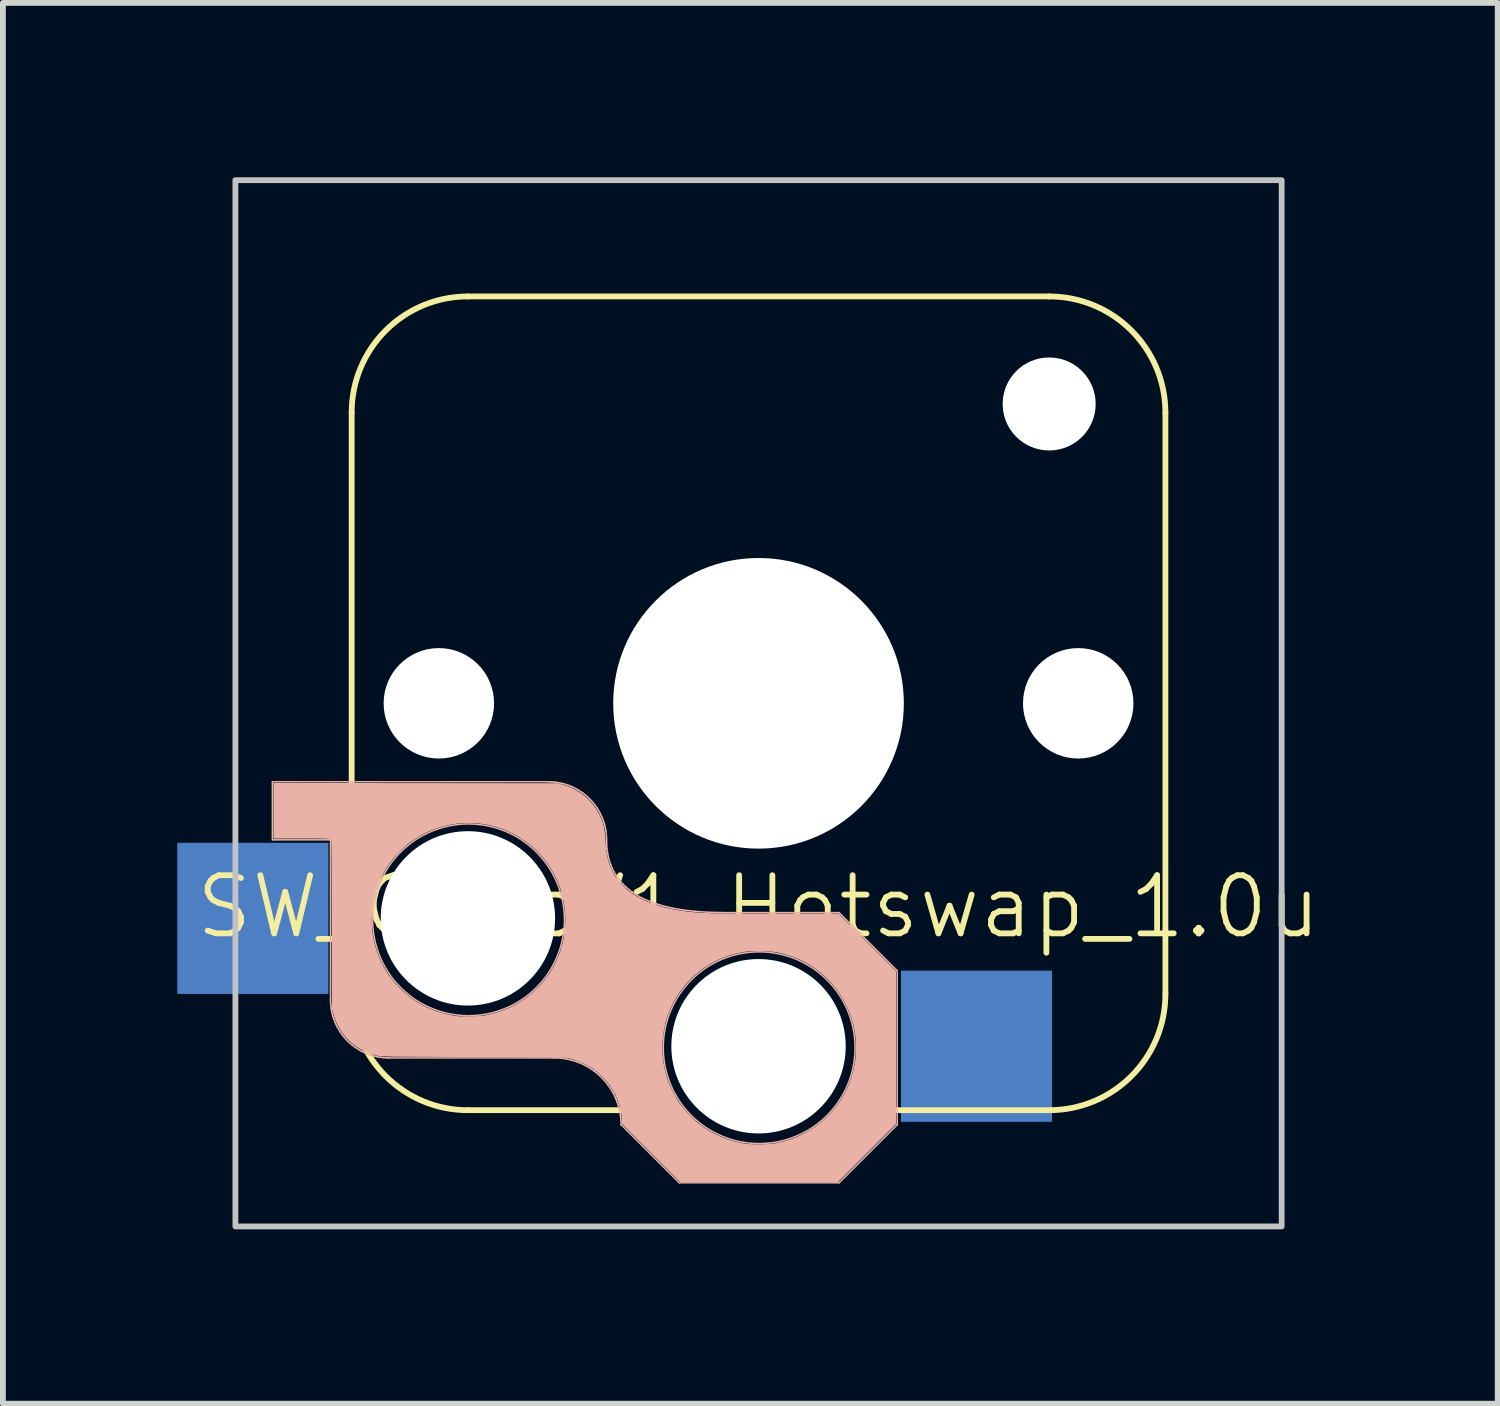
<source format=kicad_pcb>
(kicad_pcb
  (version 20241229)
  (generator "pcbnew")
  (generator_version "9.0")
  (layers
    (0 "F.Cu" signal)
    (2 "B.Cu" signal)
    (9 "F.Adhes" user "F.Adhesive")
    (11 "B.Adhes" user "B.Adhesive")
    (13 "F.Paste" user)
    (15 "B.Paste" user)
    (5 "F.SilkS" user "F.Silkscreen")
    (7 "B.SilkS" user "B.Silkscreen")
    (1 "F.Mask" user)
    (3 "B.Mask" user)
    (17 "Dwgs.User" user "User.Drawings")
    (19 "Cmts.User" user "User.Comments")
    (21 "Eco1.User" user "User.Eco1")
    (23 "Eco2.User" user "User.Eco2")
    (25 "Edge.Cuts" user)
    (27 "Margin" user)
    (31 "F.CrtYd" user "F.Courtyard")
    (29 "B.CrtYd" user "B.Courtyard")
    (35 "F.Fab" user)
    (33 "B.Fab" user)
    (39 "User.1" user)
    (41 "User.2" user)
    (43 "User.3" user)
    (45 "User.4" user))
  (footprint "SW_ChocV1_Hotswap_1.0u"
    (layer "F.Cu")
    (at 10 9.05)
    (property "Reference" "SW_ChocV1_Hotswap_1.0u" (at 0 3.5 0) (unlocked yes) (layer "F.SilkS") (effects (font (size 1 1) (thickness 0.1))))
    (attr through_hole)
    (fp_line (start -7 -5) (end -7 5) (stroke (width 0.1) (type default)) (layer "F.SilkS"))
    (fp_line (start -5 -7) (end 5 -7) (stroke (width 0.1) (type default)) (layer "F.SilkS"))
    (fp_line (start -5 7) (end -1.5 7) (stroke (width 0.1) (type default)) (layer "F.SilkS"))
    (fp_line (start 1.5 7) (end 5 7) (stroke (width 0.1) (type default)) (layer "F.SilkS"))
    (fp_line (start 7 -5) (end 7 5) (stroke (width 0.1) (type default)) (layer "F.SilkS"))
    (fp_arc (start -7 -5) (mid -6.414214 -6.414214) (end -5 -7) (stroke (width 0.1) (type default)) (layer "F.SilkS"))
    (fp_arc (start -5 7) (mid -6.414214 6.414214) (end -7 5) (stroke (width 0.1) (type default)) (layer "F.SilkS"))
    (fp_arc (start 5 -7) (mid 6.414214 -6.414214) (end 7 -5) (stroke (width 0.1) (type default)) (layer "F.SilkS"))
    (fp_arc (start 7 5) (mid 6.414214 6.414214) (end 5 7) (stroke (width 0.1) (type default)) (layer "F.SilkS"))
    (fp_line (start -8.364 1.349) (end -7.364 1.349) (stroke (width 0.026) (type solid)) (layer "B.SilkS"))
    (fp_line (start -8.364 2.349) (end -8.364 1.349) (stroke (width 0.026) (type solid)) (layer "B.SilkS"))
    (fp_line (start -7.364 1.349) (end -3.614 1.349) (stroke (width 0.026) (type solid)) (layer "B.SilkS"))
    (fp_line (start -7.364 2.349) (end -8.364 2.349) (stroke (width 0.026) (type solid)) (layer "B.SilkS"))
    (fp_line (start -7.364 5.1) (end -7.364 2.349) (stroke (width 0.026) (type solid)) (layer "B.SilkS"))
    (fp_line (start -7.364 5.1) (end -7.363 5.149) (stroke (width 0.026) (type solid)) (layer "B.SilkS"))
    (fp_line (start -7.363 5.149) (end -7.359 5.199) (stroke (width 0.026) (type solid)) (layer "B.SilkS"))
    (fp_line (start -7.359 5.199) (end -7.353 5.247) (stroke (width 0.026) (type solid)) (layer "B.SilkS"))
    (fp_line (start -7.353 5.247) (end -7.345 5.296) (stroke (width 0.026) (type solid)) (layer "B.SilkS"))
    (fp_line (start -7.345 5.296) (end -7.334 5.344) (stroke (width 0.026) (type solid)) (layer "B.SilkS"))
    (fp_line (start -7.334 5.344) (end -7.321 5.391) (stroke (width 0.026) (type solid)) (layer "B.SilkS"))
    (fp_line (start -7.321 5.391) (end -7.306 5.437) (stroke (width 0.026) (type solid)) (layer "B.SilkS"))
    (fp_line (start -7.306 5.437) (end -7.288 5.483) (stroke (width 0.026) (type solid)) (layer "B.SilkS"))
    (fp_line (start -7.288 5.483) (end -7.268 5.527) (stroke (width 0.026) (type solid)) (layer "B.SilkS"))
    (fp_line (start -7.268 5.527) (end -7.247 5.571) (stroke (width 0.026) (type solid)) (layer "B.SilkS"))
    (fp_line (start -7.247 5.571) (end -7.222 5.613) (stroke (width 0.026) (type solid)) (layer "B.SilkS"))
    (fp_line (start -7.222 5.613) (end -7.196 5.655) (stroke (width 0.026) (type solid)) (layer "B.SilkS"))
    (fp_line (start -7.196 5.655) (end -7.168 5.695) (stroke (width 0.026) (type solid)) (layer "B.SilkS"))
    (fp_line (start -7.168 5.695) (end -7.138 5.734) (stroke (width 0.026) (type solid)) (layer "B.SilkS"))
    (fp_line (start -7.138 5.734) (end -7.106 5.771) (stroke (width 0.026) (type solid)) (layer "B.SilkS"))
    (fp_line (start -7.106 5.771) (end -7.071 5.807) (stroke (width 0.026) (type solid)) (layer "B.SilkS"))
    (fp_line (start -7.071 5.807) (end -7.036 5.841) (stroke (width 0.026) (type solid)) (layer "B.SilkS"))
    (fp_line (start -7.036 5.841) (end -6.998 5.873) (stroke (width 0.026) (type solid)) (layer "B.SilkS"))
    (fp_line (start -6.998 5.873) (end -6.959 5.904) (stroke (width 0.026) (type solid)) (layer "B.SilkS"))
    (fp_line (start -6.959 5.904) (end -6.919 5.932) (stroke (width 0.026) (type solid)) (layer "B.SilkS"))
    (fp_line (start -6.919 5.932) (end -6.878 5.958) (stroke (width 0.026) (type solid)) (layer "B.SilkS"))
    (fp_line (start -6.878 5.958) (end -6.835 5.982) (stroke (width 0.026) (type solid)) (layer "B.SilkS"))
    (fp_line (start -6.835 5.982) (end -6.792 6.004) (stroke (width 0.026) (type solid)) (layer "B.SilkS"))
    (fp_line (start -6.792 6.004) (end -6.747 6.024) (stroke (width 0.026) (type solid)) (layer "B.SilkS"))
    (fp_line (start -6.747 6.024) (end -6.702 6.041) (stroke (width 0.026) (type solid)) (layer "B.SilkS"))
    (fp_line (start -6.702 6.041) (end -6.655 6.057) (stroke (width 0.026) (type solid)) (layer "B.SilkS"))
    (fp_line (start -6.655 6.057) (end -6.608 6.07) (stroke (width 0.026) (type solid)) (layer "B.SilkS"))
    (fp_line (start -6.608 6.07) (end -6.56 6.08) (stroke (width 0.026) (type solid)) (layer "B.SilkS"))
    (fp_line (start -6.56 6.08) (end -6.512 6.089) (stroke (width 0.026) (type solid)) (layer "B.SilkS"))
    (fp_line (start -6.512 6.089) (end -6.463 6.095) (stroke (width 0.026) (type solid)) (layer "B.SilkS"))
    (fp_line (start -6.463 6.095) (end -6.414 6.099) (stroke (width 0.026) (type solid)) (layer "B.SilkS"))
    (fp_line (start -6.414 6.099) (end -6.364 6.1) (stroke (width 0.026) (type solid)) (layer "B.SilkS"))
    (fp_line (start -6.364 6.1) (end -6.364 6.101) (stroke (width 0.026) (type default)) (layer "B.SilkS"))
    (fp_line (start -3.614 1.35) (end -3.614 1.349) (stroke (width 0.026) (type default)) (layer "B.SilkS"))
    (fp_line (start -3.565 1.351) (end -3.614 1.35) (stroke (width 0.026) (type solid)) (layer "B.SilkS"))
    (fp_line (start -3.516 1.355) (end -3.565 1.351) (stroke (width 0.026) (type solid)) (layer "B.SilkS"))
    (fp_line (start -3.514 6.101) (end -6.364 6.101) (stroke (width 0.026) (type solid)) (layer "B.SilkS"))
    (fp_line (start -3.514 6.101) (end -3.514 6.1) (stroke (width 0.026) (type default)) (layer "B.SilkS"))
    (fp_line (start -3.467 1.361) (end -3.516 1.355) (stroke (width 0.026) (type solid)) (layer "B.SilkS"))
    (fp_line (start -3.457 6.101) (end -3.514 6.1) (stroke (width 0.026) (type solid)) (layer "B.SilkS"))
    (fp_line (start -3.418 1.369) (end -3.467 1.361) (stroke (width 0.026) (type solid)) (layer "B.SilkS"))
    (fp_line (start -3.401 6.105) (end -3.457 6.101) (stroke (width 0.026) (type solid)) (layer "B.SilkS"))
    (fp_line (start -3.371 1.38) (end -3.418 1.369) (stroke (width 0.026) (type solid)) (layer "B.SilkS"))
    (fp_line (start -3.345 6.112) (end -3.401 6.105) (stroke (width 0.026) (type solid)) (layer "B.SilkS"))
    (fp_line (start -3.324 1.393) (end -3.371 1.38) (stroke (width 0.026) (type solid)) (layer "B.SilkS"))
    (fp_line (start -3.289 6.122) (end -3.345 6.112) (stroke (width 0.026) (type solid)) (layer "B.SilkS"))
    (fp_line (start -3.277 1.408) (end -3.324 1.393) (stroke (width 0.026) (type solid)) (layer "B.SilkS"))
    (fp_line (start -3.234 6.135) (end -3.289 6.122) (stroke (width 0.026) (type solid)) (layer "B.SilkS"))
    (fp_line (start -3.232 1.426) (end -3.277 1.408) (stroke (width 0.026) (type solid)) (layer "B.SilkS"))
    (fp_line (start -3.187 1.446) (end -3.232 1.426) (stroke (width 0.026) (type solid)) (layer "B.SilkS"))
    (fp_line (start -3.18 6.15) (end -3.234 6.135) (stroke (width 0.026) (type solid)) (layer "B.SilkS"))
    (fp_line (start -3.143 1.468) (end -3.187 1.446) (stroke (width 0.026) (type solid)) (layer "B.SilkS"))
    (fp_line (start -3.127 6.167) (end -3.18 6.15) (stroke (width 0.026) (type solid)) (layer "B.SilkS"))
    (fp_line (start -3.101 1.492) (end -3.143 1.468) (stroke (width 0.026) (type solid)) (layer "B.SilkS"))
    (fp_line (start -3.074 6.187) (end -3.127 6.167) (stroke (width 0.026) (type solid)) (layer "B.SilkS"))
    (fp_line (start -3.06 1.518) (end -3.101 1.492) (stroke (width 0.026) (type solid)) (layer "B.SilkS"))
    (fp_line (start -3.023 6.21) (end -3.074 6.187) (stroke (width 0.026) (type solid)) (layer "B.SilkS"))
    (fp_line (start -3.019 1.546) (end -3.06 1.518) (stroke (width 0.026) (type solid)) (layer "B.SilkS"))
    (fp_line (start -2.981 1.576) (end -3.019 1.546) (stroke (width 0.026) (type solid)) (layer "B.SilkS"))
    (fp_line (start -2.973 6.235) (end -3.023 6.21) (stroke (width 0.026) (type solid)) (layer "B.SilkS"))
    (fp_line (start -2.943 1.609) (end -2.981 1.576) (stroke (width 0.026) (type solid)) (layer "B.SilkS"))
    (fp_line (start -2.924 6.263) (end -2.973 6.235) (stroke (width 0.026) (type solid)) (layer "B.SilkS"))
    (fp_line (start -2.907 1.643) (end -2.943 1.609) (stroke (width 0.026) (type solid)) (layer "B.SilkS"))
    (fp_line (start -2.876 6.293) (end -2.924 6.263) (stroke (width 0.026) (type solid)) (layer "B.SilkS"))
    (fp_line (start -2.873 1.679) (end -2.907 1.643) (stroke (width 0.026) (type solid)) (layer "B.SilkS"))
    (fp_line (start -2.841 1.716) (end -2.873 1.679) (stroke (width 0.026) (type solid)) (layer "B.SilkS"))
    (fp_line (start -2.83 6.325) (end -2.876 6.293) (stroke (width 0.026) (type solid)) (layer "B.SilkS"))
    (fp_line (start -2.811 1.755) (end -2.841 1.716) (stroke (width 0.026) (type solid)) (layer "B.SilkS"))
    (fp_line (start -2.786 6.36) (end -2.83 6.325) (stroke (width 0.026) (type solid)) (layer "B.SilkS"))
    (fp_line (start -2.782 1.795) (end -2.811 1.755) (stroke (width 0.026) (type solid)) (layer "B.SilkS"))
    (fp_line (start -2.756 1.836) (end -2.782 1.795) (stroke (width 0.026) (type solid)) (layer "B.SilkS"))
    (fp_line (start -2.743 6.397) (end -2.786 6.36) (stroke (width 0.026) (type solid)) (layer "B.SilkS"))
    (fp_line (start -2.732 1.879) (end -2.756 1.836) (stroke (width 0.026) (type solid)) (layer "B.SilkS"))
    (fp_line (start -2.71 1.923) (end -2.732 1.879) (stroke (width 0.026) (type solid)) (layer "B.SilkS"))
    (fp_line (start -2.701 6.437) (end -2.743 6.397) (stroke (width 0.026) (type solid)) (layer "B.SilkS"))
    (fp_line (start -2.69 1.967) (end -2.71 1.923) (stroke (width 0.026) (type solid)) (layer "B.SilkS"))
    (fp_line (start -2.673 2.013) (end -2.69 1.967) (stroke (width 0.026) (type solid)) (layer "B.SilkS"))
    (fp_line (start -2.662 6.478) (end -2.701 6.437) (stroke (width 0.026) (type solid)) (layer "B.SilkS"))
    (fp_line (start -2.658 2.059) (end -2.673 2.013) (stroke (width 0.026) (type solid)) (layer "B.SilkS"))
    (fp_line (start -2.644 2.106) (end -2.658 2.059) (stroke (width 0.026) (type solid)) (layer "B.SilkS"))
    (fp_line (start -2.634 2.154) (end -2.644 2.106) (stroke (width 0.026) (type solid)) (layer "B.SilkS"))
    (fp_line (start -2.625 2.202) (end -2.634 2.154) (stroke (width 0.026) (type solid)) (layer "B.SilkS"))
    (fp_line (start -2.625 6.521) (end -2.662 6.478) (stroke (width 0.026) (type solid)) (layer "B.SilkS"))
    (fp_line (start -2.619 2.251) (end -2.625 2.202) (stroke (width 0.026) (type solid)) (layer "B.SilkS"))
    (fp_line (start -2.616 2.3) (end -2.619 2.251) (stroke (width 0.026) (type solid)) (layer "B.SilkS"))
    (fp_line (start -2.614 2.35) (end -2.616 2.3) (stroke (width 0.026) (type solid)) (layer "B.SilkS"))
    (fp_line (start -2.612 2.427) (end -2.614 2.35) (stroke (width 0.026) (type solid)) (layer "B.SilkS"))
    (fp_line (start -2.607 2.501) (end -2.612 2.427) (stroke (width 0.026) (type solid)) (layer "B.SilkS"))
    (fp_line (start -2.597 2.573) (end -2.607 2.501) (stroke (width 0.026) (type solid)) (layer "B.SilkS"))
    (fp_line (start -2.59 6.566) (end -2.625 6.521) (stroke (width 0.026) (type solid)) (layer "B.SilkS"))
    (fp_line (start -2.583 2.643) (end -2.597 2.573) (stroke (width 0.026) (type solid)) (layer "B.SilkS"))
    (fp_line (start -2.566 2.71) (end -2.583 2.643) (stroke (width 0.026) (type solid)) (layer "B.SilkS"))
    (fp_line (start -2.558 6.612) (end -2.59 6.566) (stroke (width 0.026) (type solid)) (layer "B.SilkS"))
    (fp_line (start -2.544 2.775) (end -2.566 2.71) (stroke (width 0.026) (type solid)) (layer "B.SilkS"))
    (fp_line (start -2.527 6.659) (end -2.558 6.612) (stroke (width 0.026) (type solid)) (layer "B.SilkS"))
    (fp_line (start -2.519 2.837) (end -2.544 2.775) (stroke (width 0.026) (type solid)) (layer "B.SilkS"))
    (fp_line (start -2.5 6.708) (end -2.527 6.659) (stroke (width 0.026) (type solid)) (layer "B.SilkS"))
    (fp_line (start -2.489 2.897) (end -2.519 2.837) (stroke (width 0.026) (type solid)) (layer "B.SilkS"))
    (fp_line (start -2.475 6.758) (end -2.5 6.708) (stroke (width 0.026) (type solid)) (layer "B.SilkS"))
    (fp_line (start -2.456 2.954) (end -2.489 2.897) (stroke (width 0.026) (type solid)) (layer "B.SilkS"))
    (fp_line (start -2.452 6.81) (end -2.475 6.758) (stroke (width 0.026) (type solid)) (layer "B.SilkS"))
    (fp_line (start -2.432 6.862) (end -2.452 6.81) (stroke (width 0.026) (type solid)) (layer "B.SilkS"))
    (fp_line (start -2.419 3.009) (end -2.456 2.954) (stroke (width 0.026) (type solid)) (layer "B.SilkS"))
    (fp_line (start -2.414 6.915) (end -2.432 6.862) (stroke (width 0.026) (type solid)) (layer "B.SilkS"))
    (fp_line (start -2.399 6.97) (end -2.414 6.915) (stroke (width 0.026) (type solid)) (layer "B.SilkS"))
    (fp_line (start -2.387 7.024) (end -2.399 6.97) (stroke (width 0.026) (type solid)) (layer "B.SilkS"))
    (fp_line (start -2.378 3.061) (end -2.419 3.009) (stroke (width 0.026) (type solid)) (layer "B.SilkS"))
    (fp_line (start -2.377 7.08) (end -2.387 7.024) (stroke (width 0.026) (type solid)) (layer "B.SilkS"))
    (fp_line (start -2.37 7.136) (end -2.377 7.08) (stroke (width 0.026) (type solid)) (layer "B.SilkS"))
    (fp_line (start -2.366 7.193) (end -2.37 7.136) (stroke (width 0.026) (type solid)) (layer "B.SilkS"))
    (fp_line (start -2.364 7.25) (end -2.366 7.193) (stroke (width 0.026) (type solid)) (layer "B.SilkS"))
    (fp_line (start -2.364 7.25) (end -2.364 7.249) (stroke (width 0.026) (type default)) (layer "B.SilkS"))
    (fp_line (start -2.333 3.112) (end -2.378 3.061) (stroke (width 0.026) (type solid)) (layer "B.SilkS"))
    (fp_line (start -2.284 3.159) (end -2.333 3.112) (stroke (width 0.026) (type solid)) (layer "B.SilkS"))
    (fp_line (start -2.232 3.204) (end -2.284 3.159) (stroke (width 0.026) (type solid)) (layer "B.SilkS"))
    (fp_line (start -2.175 3.247) (end -2.232 3.204) (stroke (width 0.026) (type solid)) (layer "B.SilkS"))
    (fp_line (start -2.114 3.287) (end -2.175 3.247) (stroke (width 0.026) (type solid)) (layer "B.SilkS"))
    (fp_line (start -2.05 3.325) (end -2.114 3.287) (stroke (width 0.026) (type solid)) (layer "B.SilkS"))
    (fp_line (start -1.982 3.361) (end -2.05 3.325) (stroke (width 0.026) (type solid)) (layer "B.SilkS"))
    (fp_line (start -1.833 3.424) (end -1.982 3.361) (stroke (width 0.026) (type solid)) (layer "B.SilkS"))
    (fp_line (start -1.669 3.478) (end -1.833 3.424) (stroke (width 0.026) (type solid)) (layer "B.SilkS"))
    (fp_line (start -1.489 3.522) (end -1.669 3.478) (stroke (width 0.026) (type solid)) (layer "B.SilkS"))
    (fp_line (start -1.364 8.249) (end -2.364 7.249) (stroke (width 0.026) (type solid)) (layer "B.SilkS"))
    (fp_line (start -1.294 3.556) (end -1.489 3.522) (stroke (width 0.026) (type solid)) (layer "B.SilkS"))
    (fp_line (start -1.083 3.58) (end -1.294 3.556) (stroke (width 0.026) (type solid)) (layer "B.SilkS"))
    (fp_line (start -0.857 3.595) (end -1.083 3.58) (stroke (width 0.026) (type solid)) (layer "B.SilkS"))
    (fp_line (start -0.614 3.601) (end -0.614 3.6) (stroke (width 0.026) (type default)) (layer "B.SilkS"))
    (fp_line (start -0.614 3.601) (end 1.386 3.601) (stroke (width 0.026) (type solid)) (layer "B.SilkS"))
    (fp_line (start -0.614 3.6) (end -0.857 3.595) (stroke (width 0.026) (type solid)) (layer "B.SilkS"))
    (fp_line (start 1.386 8.249) (end -1.364 8.249) (stroke (width 0.026) (type solid)) (layer "B.SilkS"))
    (fp_line (start 2.386 4.601) (end 1.386 3.601) (stroke (width 0.026) (type solid)) (layer "B.SilkS"))
    (fp_line (start 2.386 4.601) (end 2.386 7.249) (stroke (width 0.026) (type solid)) (layer "B.SilkS"))
    (fp_line (start 2.386 7.249) (end 1.386 8.249) (stroke (width 0.026) (type solid)) (layer "B.SilkS"))
    (fp_poly (pts (xy -4.883 2.078) (xy -4.776 2.089) (xy -4.67 2.106) (xy -4.566 2.13) (xy -4.462 2.161) (xy -4.361 2.199) (xy -4.261 2.244) (xy -4.164 2.296) (xy -4.071 2.354) (xy -3.982 2.418) (xy -3.899 2.487) (xy -3.82 2.561) (xy -3.747 2.639) (xy -3.679 2.722) (xy -3.617 2.809) (xy -3.56 2.9) (xy -3.51 2.994) (xy -3.466 3.091) (xy -3.428 3.192) (xy -3.396 3.294) (xy -3.372 3.399) (xy -3.354 3.506) (xy -3.343 3.615) (xy -3.339 3.725) (xy -3.34 3.78) (xy -3.343 3.835) (xy -3.348 3.889) (xy -3.354 3.943) (xy -3.362 3.997) (xy -3.372 4.05) (xy -3.383 4.103) (xy -3.396 4.155) (xy -3.411 4.207) (xy -3.428 4.258) (xy -3.446 4.309) (xy -3.466 4.358) (xy -3.487 4.407) (xy -3.51 4.456) (xy -3.534 4.503) (xy -3.56 4.55) (xy -3.588 4.596) (xy -3.617 4.641) (xy -3.647 4.685) (xy -3.679 4.728) (xy -3.712 4.77) (xy -3.747 4.811) (xy -3.783 4.85) (xy -3.82 4.889) (xy -3.859 4.927) (xy -3.899 4.963) (xy -3.94 4.998) (xy -3.982 5.032) (xy -4.026 5.064) (xy -4.071 5.096) (xy -4.117 5.125) (xy -4.164 5.154) (xy -4.261 5.206) (xy -4.361 5.25) (xy -4.462 5.288) (xy -4.566 5.32) (xy -4.67 5.344) (xy -4.776 5.361) (xy -4.883 5.371) (xy -4.989 5.375) (xy -5.096 5.371) (xy -5.203 5.361) (xy -5.308 5.344) (xy -5.413 5.32) (xy -5.516 5.288) (xy -5.618 5.25) (xy -5.717 5.206) (xy -5.814 5.154) (xy -5.908 5.096) (xy -5.996 5.032) (xy -6.08 4.963) (xy -6.159 4.889) (xy -6.232 4.811) (xy -6.3 4.728) (xy -6.362 4.641) (xy -6.418 4.55) (xy -6.469 4.456) (xy -6.513 4.358) (xy -6.551 4.258) (xy -6.582 4.155) (xy -6.607 4.05) (xy -6.625 3.943) (xy -6.636 3.835) (xy -6.639 3.725) (xy -6.638 3.67) (xy -6.636 3.615) (xy -6.631 3.56) (xy -6.625 3.506) (xy -6.617 3.453) (xy -6.607 3.399) (xy -6.595 3.347) (xy -6.582 3.294) (xy -6.567 3.243) (xy -6.551 3.192) (xy -6.533 3.141) (xy -6.513 3.091) (xy -6.492 3.042) (xy -6.469 2.994) (xy -6.444 2.947) (xy -6.418 2.9) (xy -6.391 2.854) (xy -6.362 2.809) (xy -6.332 2.765) (xy -6.3 2.722) (xy -6.267 2.68) (xy -6.232 2.639) (xy -6.196 2.599) (xy -6.159 2.561) (xy -6.12 2.523) (xy -6.08 2.487) (xy -6.039 2.452) (xy -5.996 2.418) (xy -5.953 2.385) (xy -5.908 2.354) (xy -5.862 2.324) (xy -5.814 2.296) (xy -5.717 2.244) (xy -5.618 2.199) (xy -5.516 2.161) (xy -5.413 2.13) (xy -5.308 2.106) (xy -5.203 2.089) (xy -5.096 2.078) (xy -4.989 2.075)) (stroke (width 0.026) (type solid)) (fill no) (layer "B.SilkS"))
    (fp_poly (pts (xy 0.096 4.278) (xy 0.179 4.284) (xy 0.262 4.295) (xy 0.343 4.309) (xy 0.423 4.328) (xy 0.501 4.35) (xy 0.578 4.376) (xy 0.653 4.405) (xy 0.726 4.438) (xy 0.797 4.475) (xy 0.866 4.515) (xy 0.933 4.557) (xy 0.998 4.603) (xy 1.06 4.652) (xy 1.12 4.704) (xy 1.177 4.759) (xy 1.232 4.816) (xy 1.284 4.876) (xy 1.333 4.938) (xy 1.379 5.003) (xy 1.422 5.07) (xy 1.461 5.139) (xy 1.498 5.21) (xy 1.531 5.283) (xy 1.56 5.358) (xy 1.586 5.434) (xy 1.609 5.513) (xy 1.627 5.592) (xy 1.642 5.674) (xy 1.652 5.756) (xy 1.658 5.84) (xy 1.661 5.925) (xy 1.661 5.925) (xy 1.66 5.98) (xy 1.657 6.035) (xy 1.652 6.089) (xy 1.646 6.143) (xy 1.638 6.197) (xy 1.628 6.25) (xy 1.617 6.303) (xy 1.604 6.355) (xy 1.589 6.407) (xy 1.572 6.458) (xy 1.554 6.509) (xy 1.534 6.558) (xy 1.513 6.607) (xy 1.49 6.656) (xy 1.466 6.703) (xy 1.44 6.75) (xy 1.412 6.796) (xy 1.383 6.841) (xy 1.353 6.885) (xy 1.321 6.928) (xy 1.288 6.97) (xy 1.253 7.01) (xy 1.217 7.05) (xy 1.18 7.089) (xy 1.141 7.127) (xy 1.101 7.163) (xy 1.06 7.198) (xy 1.018 7.232) (xy 0.974 7.264) (xy 0.929 7.296) (xy 0.883 7.325) (xy 0.836 7.354) (xy 0.739 7.406) (xy 0.639 7.45) (xy 0.538 7.488) (xy 0.434 7.52) (xy 0.33 7.544) (xy 0.224 7.561) (xy 0.117 7.571) (xy 0.011 7.575) (xy -0.096 7.571) (xy -0.203 7.561) (xy -0.308 7.544) (xy -0.413 7.52) (xy -0.516 7.488) (xy -0.618 7.45) (xy -0.717 7.406) (xy -0.814 7.354) (xy -0.908 7.296) (xy -0.996 7.232) (xy -1.08 7.163) (xy -1.159 7.089) (xy -1.232 7.01) (xy -1.3 6.928) (xy -1.362 6.841) (xy -1.418 6.75) (xy -1.469 6.656) (xy -1.513 6.558) (xy -1.551 6.458) (xy -1.582 6.355) (xy -1.607 6.25) (xy -1.625 6.143) (xy -1.636 6.035) (xy -1.639 5.925) (xy -1.637 5.84) (xy -1.631 5.756) (xy -1.62 5.674) (xy -1.606 5.592) (xy -1.587 5.513) (xy -1.565 5.434) (xy -1.539 5.358) (xy -1.509 5.283) (xy -1.476 5.21) (xy -1.44 5.139) (xy -1.4 5.07) (xy -1.357 5.003) (xy -1.311 4.938) (xy -1.262 4.876) (xy -1.21 4.816) (xy -1.156 4.759) (xy -1.098 4.704) (xy -1.039 4.652) (xy -0.976 4.603) (xy -0.912 4.557) (xy -0.845 4.514) (xy -0.776 4.475) (xy -0.704 4.438) (xy -0.631 4.405) (xy -0.556 4.376) (xy -0.48 4.35) (xy -0.402 4.328) (xy -0.322 4.309) (xy -0.24 4.295) (xy -0.158 4.284) (xy -0.074 4.278) (xy 0.011 4.276)) (stroke (width 0.026) (type solid)) (fill no) (layer "B.SilkS"))
    (fp_poly (pts (xy -5.9 1.372) (xy -3.455 1.375) (xy -3.369 1.399) (xy -3.305 1.419) (xy -3.244 1.442) (xy -3.184 1.47) (xy -3.127 1.501) (xy -3.072 1.535) (xy -3.02 1.572) (xy -2.97 1.613) (xy -2.923 1.657) (xy -2.879 1.703) (xy -2.839 1.753) (xy -2.801 1.804) (xy -2.767 1.858) (xy -2.736 1.915) (xy -2.709 1.974) (xy -2.686 2.034) (xy -2.667 2.097) (xy -2.661 2.121) (xy -2.656 2.146) (xy -2.651 2.173) (xy -2.647 2.203) (xy -2.643 2.237) (xy -2.639 2.275) (xy -2.635 2.319) (xy -2.632 2.369) (xy -2.625 2.458) (xy -2.617 2.536) (xy -2.612 2.571) (xy -2.607 2.604) (xy -2.602 2.635) (xy -2.595 2.665) (xy -2.589 2.693) (xy -2.581 2.72) (xy -2.573 2.747) (xy -2.563 2.773) (xy -2.553 2.799) (xy -2.542 2.825) (xy -2.517 2.879) (xy -2.498 2.915) (xy -2.478 2.95) (xy -2.457 2.984) (xy -2.434 3.017) (xy -2.409 3.049) (xy -2.384 3.081) (xy -2.357 3.111) (xy -2.329 3.14) (xy -2.299 3.169) (xy -2.268 3.197) (xy -2.236 3.224) (xy -2.202 3.249) (xy -2.167 3.274) (xy -2.13 3.299) (xy -2.092 3.322) (xy -2.053 3.344) (xy -2.012 3.366) (xy -1.97 3.386) (xy -1.926 3.406) (xy -1.881 3.424) (xy -1.835 3.442) (xy -1.787 3.459) (xy -1.738 3.475) (xy -1.687 3.491) (xy -1.582 3.519) (xy -1.471 3.543) (xy -1.354 3.564) (xy -1.231 3.581) (xy -1.137 3.592) (xy -1.042 3.601) (xy -0.931 3.607) (xy -0.794 3.611) (xy -0.616 3.614) (xy -0.385 3.616) (xy 0.286 3.617) (xy 1.378 3.617) (xy 1.873 4.112) (xy 2.367 4.606) (xy 2.367 7.237) (xy 1.868 7.736) (xy 1.369 8.235) (xy -1.352 8.235) (xy -1.851 7.736) (xy -2.349 7.237) (xy -2.349 7.187) (xy -2.35 7.158) (xy -2.353 7.127) (xy -2.356 7.095) (xy -2.362 7.061) (xy -2.368 7.027) (xy -2.376 6.992) (xy -2.385 6.957) (xy -2.395 6.921) (xy -2.406 6.885) (xy -2.419 6.85) (xy -2.432 6.815) (xy -2.446 6.78) (xy -2.46 6.747) (xy -2.476 6.715) (xy -2.492 6.685) (xy -2.508 6.656) (xy -2.54 6.605) (xy -2.574 6.557) (xy -2.609 6.511) (xy -2.647 6.467) (xy -2.687 6.426) (xy -2.728 6.386) (xy -2.772 6.349) (xy -2.817 6.313) (xy -2.864 6.28) (xy -2.914 6.25) (xy -2.965 6.221) (xy -3.018 6.195) (xy -3.073 6.17) (xy -3.129 6.149) (xy -3.188 6.129) (xy -3.249 6.111) (xy -3.262 6.108) (xy -3.268 6.106) (xy -3.275 6.105) (xy -3.283 6.104) (xy -3.292 6.102) (xy -3.303 6.101) (xy -3.315 6.1) (xy -3.329 6.099) (xy -3.345 6.098) (xy -3.365 6.097) (xy -3.386 6.096) (xy -3.412 6.096) (xy -3.44 6.095) (xy -3.509 6.094) (xy -3.596 6.093) (xy -3.703 6.092) (xy -3.832 6.091) (xy -3.986 6.09) (xy -4.379 6.088) (xy -4.9 6.087) (xy -6.285 6.08) (xy -6.487 6.073) (xy -6.53 6.069) (xy -6.561 6.063) (xy -6.59 6.055) (xy -6.618 6.048) (xy -6.646 6.039) (xy -6.674 6.03) (xy -6.701 6.021) (xy -6.727 6.01) (xy -6.753 5.999) (xy -6.779 5.988) (xy -6.804 5.975) (xy -6.829 5.962) (xy -6.833 5.96) (xy -1.654 5.96) (xy -1.648 6.081) (xy -1.632 6.203) (xy -1.607 6.324) (xy -1.574 6.444) (xy -1.565 6.469) (xy -1.556 6.496) (xy -1.532 6.553) (xy -1.505 6.614) (xy -1.476 6.675) (xy -1.444 6.736) (xy -1.412 6.794) (xy -1.38 6.846) (xy -1.364 6.87) (xy -1.349 6.892) (xy -1.335 6.911) (xy -1.32 6.931) (xy -1.285 6.973) (xy -1.247 7.017) (xy -1.206 7.062) (xy -1.164 7.105) (xy -1.123 7.146) (xy -1.084 7.183) (xy -1.065 7.199) (xy -1.048 7.214) (xy -1.003 7.25) (xy -0.956 7.283) (xy -0.909 7.316) (xy -0.861 7.346) (xy -0.812 7.375) (xy -0.761 7.403) (xy -0.71 7.428) (xy -0.658 7.452) (xy -0.606 7.474) (xy -0.552 7.494) (xy -0.498 7.512) (xy -0.443 7.529) (xy -0.388 7.544) (xy -0.332 7.556) (xy -0.276 7.567) (xy -0.219 7.576) (xy -0.193 7.58) (xy -0.163 7.582) (xy -0.098 7.586) (xy -0.026 7.588) (xy 0.049 7.587) (xy 0.123 7.584) (xy 0.195 7.579) (xy 0.26 7.573) (xy 0.289 7.569) (xy 0.316 7.564) (xy 0.316 7.564) (xy 0.437 7.537) (xy 0.555 7.501) (xy 0.669 7.457) (xy 0.778 7.405) (xy 0.883 7.345) (xy 0.983 7.278) (xy 1.078 7.204) (xy 1.168 7.124) (xy 1.251 7.038) (xy 1.328 6.946) (xy 1.398 6.849) (xy 1.462 6.746) (xy 1.517 6.639) (xy 1.565 6.527) (xy 1.605 6.411) (xy 1.637 6.292) (xy 1.653 6.207) (xy 1.666 6.122) (xy 1.674 6.037) (xy 1.677 5.953) (xy 1.677 5.868) (xy 1.672 5.784) (xy 1.663 5.701) (xy 1.649 5.618) (xy 1.632 5.536) (xy 1.61 5.455) (xy 1.584 5.375) (xy 1.554 5.296) (xy 1.52 5.218) (xy 1.482 5.142) (xy 1.44 5.067) (xy 1.393 4.994) (xy 1.346 4.927) (xy 1.295 4.862) (xy 1.242 4.8) (xy 1.185 4.741) (xy 1.126 4.685) (xy 1.065 4.632) (xy 1.001 4.583) (xy 0.934 4.536) (xy 0.866 4.493) (xy 0.795 4.453) (xy 0.722 4.416) (xy 0.647 4.383) (xy 0.571 4.354) (xy 0.492 4.328) (xy 0.412 4.306) (xy 0.331 4.287) (xy 0.303 4.283) (xy 0.273 4.278) (xy 0.206 4.271) (xy 0.134 4.266) (xy 0.057 4.262) (xy -0.019 4.262) (xy -0.092 4.263) (xy -0.16 4.267) (xy -0.191 4.27) (xy -0.219 4.274) (xy -0.281 4.284) (xy -0.342 4.296) (xy -0.402 4.31) (xy -0.461 4.326) (xy -0.52 4.345) (xy -0.577 4.365) (xy -0.633 4.387) (xy -0.689 4.412) (xy -0.744 4.438) (xy -0.797 4.466) (xy -0.85 4.497) (xy -0.901 4.529) (xy -0.952 4.563) (xy -1.001 4.6) (xy -1.049 4.638) (xy -1.096 4.678) (xy -1.142 4.72) (xy -1.185 4.763) (xy -1.227 4.807) (xy -1.267 4.853) (xy -1.341 4.948) (xy -1.408 5.048) (xy -1.467 5.152) (xy -1.518 5.26) (xy -1.562 5.371) (xy -1.597 5.485) (xy -1.624 5.601) (xy -1.642 5.72) (xy -1.653 5.839) (xy -1.654 5.96) (xy -6.833 5.96) (xy -6.854 5.948) (xy -6.878 5.934) (xy -6.902 5.918) (xy -6.926 5.902) (xy -6.949 5.885) (xy -6.973 5.867) (xy -7.003 5.843) (xy -7.032 5.817) (xy -7.06 5.79) (xy -7.087 5.762) (xy -7.113 5.732) (xy -7.138 5.702) (xy -7.161 5.67) (xy -7.183 5.637) (xy -7.205 5.604) (xy -7.224 5.569) (xy -7.243 5.534) (xy -7.26 5.498) (xy -7.276 5.461) (xy -7.29 5.423) (xy -7.303 5.385) (xy -7.315 5.346) (xy -7.339 5.259) (xy -7.342 3.806) (xy -7.342 3.738) (xy -6.653 3.738) (xy -6.652 3.802) (xy -6.65 3.86) (xy -6.646 3.908) (xy -6.633 4.003) (xy -6.614 4.095) (xy -6.591 4.186) (xy -6.563 4.274) (xy -6.531 4.36) (xy -6.494 4.444) (xy -6.453 4.525) (xy -6.407 4.604) (xy -6.357 4.68) (xy -6.303 4.753) (xy -6.244 4.823) (xy -6.181 4.891) (xy -6.114 4.955) (xy -6.043 5.016) (xy -5.968 5.074) (xy -5.889 5.129) (xy -5.858 5.148) (xy -5.826 5.168) (xy -5.792 5.186) (xy -5.757 5.205) (xy -5.722 5.222) (xy -5.685 5.239) (xy -5.648 5.256) (xy -5.61 5.271) (xy -5.572 5.286) (xy -5.534 5.3) (xy -5.495 5.312) (xy -5.457 5.324) (xy -5.419 5.335) (xy -5.381 5.345) (xy -5.343 5.354) (xy -5.307 5.361) (xy -5.26 5.37) (xy -5.222 5.376) (xy -5.205 5.379) (xy -5.189 5.381) (xy -5.173 5.382) (xy -5.157 5.384) (xy -5.14 5.385) (xy -5.121 5.385) (xy -5.079 5.386) (xy -5.024 5.385) (xy -4.954 5.384) (xy -4.897 5.383) (xy -4.85 5.382) (xy -4.811 5.38) (xy -4.777 5.378) (xy -4.746 5.375) (xy -4.716 5.37) (xy -4.686 5.365) (xy -4.654 5.358) (xy -4.654 5.358) (xy -4.537 5.33) (xy -4.425 5.293) (xy -4.316 5.25) (xy -4.211 5.199) (xy -4.111 5.142) (xy -4.015 5.078) (xy -3.925 5.008) (xy -3.839 4.932) (xy -3.759 4.85) (xy -3.684 4.763) (xy -3.616 4.671) (xy -3.554 4.574) (xy -3.499 4.472) (xy -3.45 4.366) (xy -3.409 4.256) (xy -3.375 4.142) (xy -3.363 4.093) (xy -3.353 4.044) (xy -3.345 3.993) (xy -3.338 3.941) (xy -3.332 3.889) (xy -3.328 3.836) (xy -3.326 3.783) (xy -3.325 3.729) (xy -3.325 3.676) (xy -3.328 3.622) (xy -3.331 3.569) (xy -3.337 3.516) (xy -3.344 3.464) (xy -3.352 3.413) (xy -3.362 3.363) (xy -3.374 3.313) (xy -3.39 3.252) (xy -3.409 3.192) (xy -3.431 3.132) (xy -3.454 3.074) (xy -3.479 3.017) (xy -3.507 2.961) (xy -3.536 2.907) (xy -3.567 2.854) (xy -3.636 2.751) (xy -3.711 2.654) (xy -3.793 2.563) (xy -3.881 2.478) (xy -3.976 2.401) (xy -4.075 2.33) (xy -4.18 2.266) (xy -4.29 2.211) (xy -4.347 2.186) (xy -4.404 2.163) (xy -4.463 2.143) (xy -4.522 2.124) (xy -4.583 2.108) (xy -4.644 2.094) (xy -4.706 2.082) (xy -4.769 2.073) (xy -4.851 2.064) (xy -4.932 2.06) (xy -5.014 2.059) (xy -5.095 2.062) (xy -5.176 2.069) (xy -5.256 2.08) (xy -5.335 2.095) (xy -5.414 2.114) (xy -5.492 2.136) (xy -5.568 2.162) (xy -5.643 2.192) (xy -5.717 2.225) (xy -5.79 2.262) (xy -5.86 2.303) (xy -5.929 2.347) (xy -5.997 2.395) (xy -6.015 2.409) (xy -6.035 2.425) (xy -6.056 2.443) (xy -6.077 2.462) (xy -6.123 2.504) (xy -6.169 2.549) (xy -6.213 2.595) (xy -6.255 2.64) (xy -6.274 2.662) (xy -6.292 2.683) (xy -6.308 2.703) (xy -6.322 2.722) (xy -6.351 2.762) (xy -6.379 2.802) (xy -6.405 2.844) (xy -6.43 2.886) (xy -6.454 2.929) (xy -6.477 2.972) (xy -6.498 3.016) (xy -6.518 3.061) (xy -6.537 3.106) (xy -6.555 3.152) (xy -6.571 3.198) (xy -6.586 3.245) (xy -6.6 3.292) (xy -6.612 3.34) (xy -6.623 3.388) (xy -6.633 3.437) (xy -6.636 3.458) (xy -6.639 3.482) (xy -6.645 3.539) (xy -6.649 3.603) (xy -6.652 3.67) (xy -6.653 3.738) (xy -7.342 3.738) (xy -7.346 2.613) (xy -7.35 2.4) (xy -7.353 2.356) (xy -7.357 2.34) (xy -7.358 2.339) (xy -7.359 2.338) (xy -7.362 2.338) (xy -7.364 2.337) (xy -7.372 2.335) (xy -7.382 2.334) (xy -7.395 2.333) (xy -7.412 2.332) (xy -7.433 2.331) (xy -7.458 2.33) (xy -7.488 2.329) (xy -7.522 2.329) (xy -7.608 2.328) (xy -7.719 2.328) (xy -7.858 2.328) (xy -8.346 2.328) (xy -8.346 1.37)) (stroke (width -0.000001) (type solid)) (fill yes) (layer "B.SilkS"))
    (fp_rect (start -9 -9) (end 9 9) (stroke (width 0.1) (type default)) (fill no) (layer "Dwgs.User"))
    (pad "" np_thru_hole circle (at -5.5 0) (size 1.9 1.9) (drill 1.9) (layers "*.Cu" "*.Mask"))
    (pad "" np_thru_hole circle (at -5 3.7) (size 3 3) (drill 3) (layers "*.Cu" "*.Mask"))
    (pad "" np_thru_hole circle (at 0 0) (size 5 5) (drill 5) (layers "*.Cu" "*.Mask"))
    (pad "" np_thru_hole circle (at 0 5.9) (size 3 3) (drill 3) (layers "*.Cu" "*.Mask"))
    (pad "" np_thru_hole circle (at 5 -5.15) (size 1.6 1.6) (drill 1.6) (layers "*.Cu" "*.Mask"))
    (pad "" np_thru_hole circle (at 5.5 0) (size 1.9 1.9) (drill 1.9) (layers "*.Cu" "*.Mask"))
    (pad "1" smd rect (at -8.7 3.7) (size 2.6 2.6) (layers "B.Cu" "B.Mask" "B.Paste"))
    (pad "2" smd rect (at 3.75 5.9) (size 2.6 2.6) (layers "B.Cu" "B.Mask" "B.Paste")))
  (gr_rect
    (start -3 -3)
    (end 22.717 21.1)
    (stroke (width 0.1) (type default))
    (fill no)
    (layer "Edge.Cuts")))
</source>
